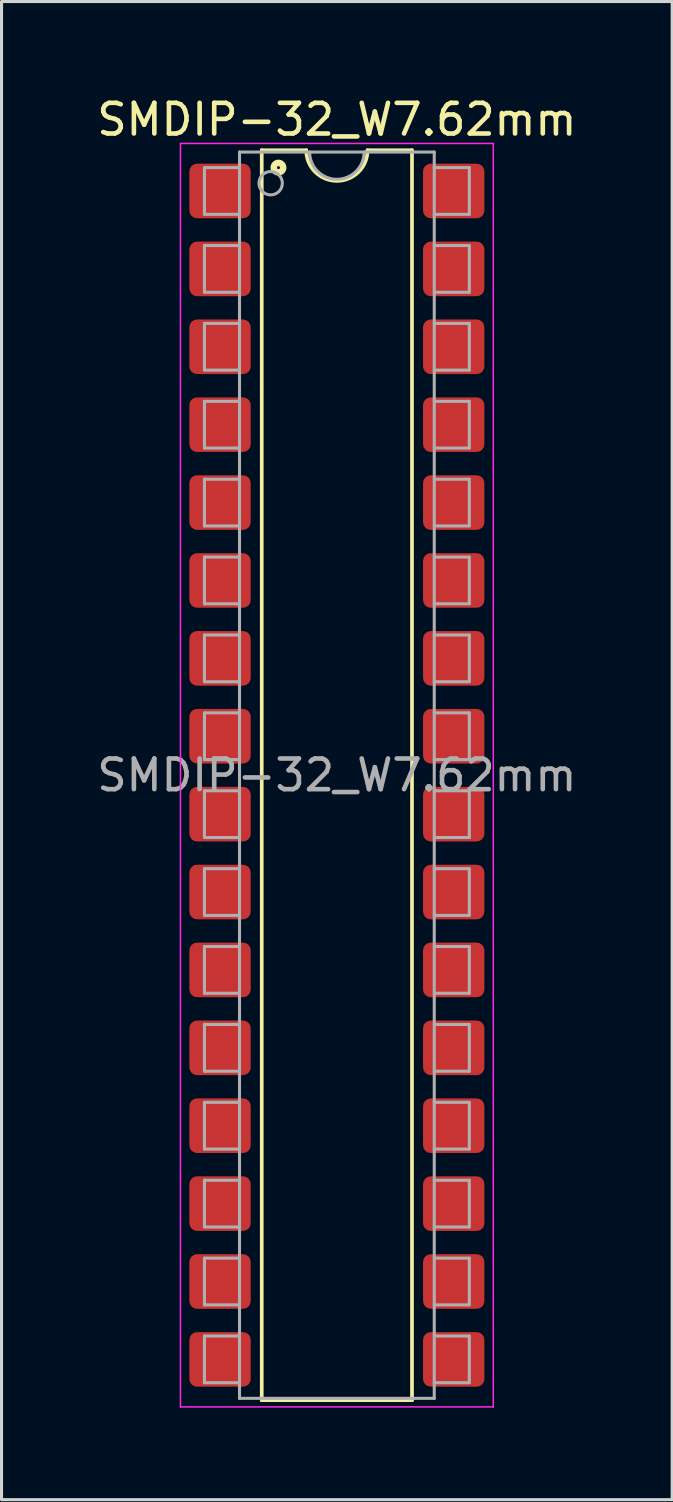
<source format=kicad_pcb>
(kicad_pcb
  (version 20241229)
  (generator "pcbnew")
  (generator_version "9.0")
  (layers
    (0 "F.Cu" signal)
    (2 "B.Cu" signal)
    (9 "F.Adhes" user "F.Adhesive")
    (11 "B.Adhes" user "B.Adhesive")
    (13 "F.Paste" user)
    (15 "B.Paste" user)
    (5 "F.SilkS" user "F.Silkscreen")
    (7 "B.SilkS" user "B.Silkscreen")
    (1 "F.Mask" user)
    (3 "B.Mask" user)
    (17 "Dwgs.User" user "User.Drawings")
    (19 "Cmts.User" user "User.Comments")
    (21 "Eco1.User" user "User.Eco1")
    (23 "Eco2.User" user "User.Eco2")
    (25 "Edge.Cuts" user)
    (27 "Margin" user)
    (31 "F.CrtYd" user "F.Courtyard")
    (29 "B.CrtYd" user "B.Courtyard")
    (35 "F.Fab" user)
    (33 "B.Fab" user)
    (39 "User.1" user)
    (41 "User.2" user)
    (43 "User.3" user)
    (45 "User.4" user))
  (footprint "SMDIP-32_W7.62mm"
    (layer "F.Cu")
    (at 7.935 22.228)
    (property "Reference" "SMDIP-32_W7.62mm" (at 0 -21.38 0) (layer "F.SilkS") (effects (font (size 1 1) (thickness 0.15))))
    (attr smd)
    (fp_line (start -2.45 -20.38) (end -2.45 20.38) (stroke (width 0.12) (type solid)) (layer "F.SilkS"))
    (fp_line (start -2.45 20.38) (end 2.45 20.38) (stroke (width 0.12) (type solid)) (layer "F.SilkS"))
    (fp_line (start -1 -20.38) (end -2.45 -20.38) (stroke (width 0.12) (type solid)) (layer "F.SilkS"))
    (fp_line (start 2.45 -20.38) (end 1 -20.38) (stroke (width 0.12) (type solid)) (layer "F.SilkS"))
    (fp_line (start 2.45 20.38) (end 2.45 -20.38) (stroke (width 0.12) (type solid)) (layer "F.SilkS"))
    (fp_arc (start 1 -20.38) (mid 0 -19.38) (end -1 -20.38) (stroke (width 0.12) (type solid)) (layer "F.SilkS"))
    (fp_circle (center -1.905 -19.812) (end -1.855 -19.812) (stroke (width 0.12) (type solid)) (fill no) (layer "F.SilkS"))
    (fp_circle (center -1.905 -19.812) (end -1.78 -19.812) (stroke (width 0.12) (type solid)) (fill no) (layer "F.SilkS"))
    (fp_circle (center -1.905 -19.812) (end -1.705 -19.812) (stroke (width 0.12) (type solid)) (fill no) (layer "F.SilkS"))
    (fp_line (start -5.1 -20.6) (end -5.1 20.6) (stroke (width 0.05) (type solid)) (layer "F.CrtYd"))
    (fp_line (start -5.1 20.6) (end 5.1 20.6) (stroke (width 0.05) (type solid)) (layer "F.CrtYd"))
    (fp_line (start 5.1 -20.6) (end -5.1 -20.6) (stroke (width 0.05) (type solid)) (layer "F.CrtYd"))
    (fp_line (start 5.1 20.6) (end 5.1 -20.6) (stroke (width 0.05) (type solid)) (layer "F.CrtYd"))
    (fp_line (start -4.318 -19.812) (end -4.318 -18.288) (stroke (width 0.1) (type solid)) (layer "F.Fab"))
    (fp_line (start -4.318 -19.812) (end -3.175 -19.812) (stroke (width 0.1) (type solid)) (layer "F.Fab"))
    (fp_line (start -4.318 -18.288) (end -3.175 -18.288) (stroke (width 0.1) (type solid)) (layer "F.Fab"))
    (fp_line (start -4.318 -17.272) (end -4.318 -15.748) (stroke (width 0.1) (type solid)) (layer "F.Fab"))
    (fp_line (start -4.318 -17.272) (end -3.175 -17.272) (stroke (width 0.1) (type solid)) (layer "F.Fab"))
    (fp_line (start -4.318 -15.748) (end -3.175 -15.748) (stroke (width 0.1) (type solid)) (layer "F.Fab"))
    (fp_line (start -4.318 -14.732) (end -4.318 -13.208) (stroke (width 0.1) (type solid)) (layer "F.Fab"))
    (fp_line (start -4.318 -14.732) (end -3.175 -14.732) (stroke (width 0.1) (type solid)) (layer "F.Fab"))
    (fp_line (start -4.318 -13.208) (end -3.175 -13.208) (stroke (width 0.1) (type solid)) (layer "F.Fab"))
    (fp_line (start -4.318 -12.192) (end -4.318 -10.668) (stroke (width 0.1) (type solid)) (layer "F.Fab"))
    (fp_line (start -4.318 -12.192) (end -3.175 -12.192) (stroke (width 0.1) (type solid)) (layer "F.Fab"))
    (fp_line (start -4.318 -10.668) (end -3.175 -10.668) (stroke (width 0.1) (type solid)) (layer "F.Fab"))
    (fp_line (start -4.318 -9.652) (end -4.318 -8.128) (stroke (width 0.1) (type solid)) (layer "F.Fab"))
    (fp_line (start -4.318 -9.652) (end -3.175 -9.652) (stroke (width 0.1) (type solid)) (layer "F.Fab"))
    (fp_line (start -4.318 -8.128) (end -3.175 -8.128) (stroke (width 0.1) (type solid)) (layer "F.Fab"))
    (fp_line (start -4.318 -7.112) (end -4.318 -5.588) (stroke (width 0.1) (type solid)) (layer "F.Fab"))
    (fp_line (start -4.318 -7.112) (end -3.175 -7.112) (stroke (width 0.1) (type solid)) (layer "F.Fab"))
    (fp_line (start -4.318 -5.588) (end -3.175 -5.588) (stroke (width 0.1) (type solid)) (layer "F.Fab"))
    (fp_line (start -4.318 -4.572) (end -4.318 -3.048) (stroke (width 0.1) (type solid)) (layer "F.Fab"))
    (fp_line (start -4.318 -4.572) (end -3.175 -4.572) (stroke (width 0.1) (type solid)) (layer "F.Fab"))
    (fp_line (start -4.318 -3.048) (end -3.175 -3.048) (stroke (width 0.1) (type solid)) (layer "F.Fab"))
    (fp_line (start -4.318 -2.032) (end -4.318 -0.508) (stroke (width 0.1) (type solid)) (layer "F.Fab"))
    (fp_line (start -4.318 -2.032) (end -3.175 -2.032) (stroke (width 0.1) (type solid)) (layer "F.Fab"))
    (fp_line (start -4.318 -0.508) (end -3.175 -0.508) (stroke (width 0.1) (type solid)) (layer "F.Fab"))
    (fp_line (start -4.318 0.508) (end -4.318 2.032) (stroke (width 0.1) (type solid)) (layer "F.Fab"))
    (fp_line (start -4.318 0.508) (end -3.175 0.508) (stroke (width 0.1) (type solid)) (layer "F.Fab"))
    (fp_line (start -4.318 2.032) (end -3.175 2.032) (stroke (width 0.1) (type solid)) (layer "F.Fab"))
    (fp_line (start -4.318 3.048) (end -4.318 4.572) (stroke (width 0.1) (type solid)) (layer "F.Fab"))
    (fp_line (start -4.318 3.048) (end -3.175 3.048) (stroke (width 0.1) (type solid)) (layer "F.Fab"))
    (fp_line (start -4.318 4.572) (end -3.175 4.572) (stroke (width 0.1) (type solid)) (layer "F.Fab"))
    (fp_line (start -4.318 5.588) (end -4.318 7.112) (stroke (width 0.1) (type solid)) (layer "F.Fab"))
    (fp_line (start -4.318 5.588) (end -3.175 5.588) (stroke (width 0.1) (type solid)) (layer "F.Fab"))
    (fp_line (start -4.318 7.112) (end -3.175 7.112) (stroke (width 0.1) (type solid)) (layer "F.Fab"))
    (fp_line (start -4.318 8.128) (end -4.318 9.652) (stroke (width 0.1) (type solid)) (layer "F.Fab"))
    (fp_line (start -4.318 8.128) (end -3.175 8.128) (stroke (width 0.1) (type solid)) (layer "F.Fab"))
    (fp_line (start -4.318 9.652) (end -3.175 9.652) (stroke (width 0.1) (type solid)) (layer "F.Fab"))
    (fp_line (start -4.318 10.668) (end -4.318 12.192) (stroke (width 0.1) (type solid)) (layer "F.Fab"))
    (fp_line (start -4.318 10.668) (end -3.175 10.668) (stroke (width 0.1) (type solid)) (layer "F.Fab"))
    (fp_line (start -4.318 12.192) (end -3.175 12.192) (stroke (width 0.1) (type solid)) (layer "F.Fab"))
    (fp_line (start -4.318 13.208) (end -4.318 14.732) (stroke (width 0.1) (type solid)) (layer "F.Fab"))
    (fp_line (start -4.318 13.208) (end -3.175 13.208) (stroke (width 0.1) (type solid)) (layer "F.Fab"))
    (fp_line (start -4.318 14.732) (end -3.175 14.732) (stroke (width 0.1) (type solid)) (layer "F.Fab"))
    (fp_line (start -4.318 15.748) (end -4.318 17.272) (stroke (width 0.1) (type solid)) (layer "F.Fab"))
    (fp_line (start -4.318 15.748) (end -3.175 15.748) (stroke (width 0.1) (type solid)) (layer "F.Fab"))
    (fp_line (start -4.318 17.272) (end -3.175 17.272) (stroke (width 0.1) (type solid)) (layer "F.Fab"))
    (fp_line (start -4.318 18.288) (end -4.318 19.812) (stroke (width 0.1) (type solid)) (layer "F.Fab"))
    (fp_line (start -4.318 18.288) (end -3.175 18.288) (stroke (width 0.1) (type solid)) (layer "F.Fab"))
    (fp_line (start -4.318 19.812) (end -3.175 19.812) (stroke (width 0.1) (type solid)) (layer "F.Fab"))
    (fp_line (start -3.175 -20.32) (end 3.175 -20.32) (stroke (width 0.1) (type solid)) (layer "F.Fab"))
    (fp_line (start -3.175 20.32) (end -3.175 -20.32) (stroke (width 0.1) (type solid)) (layer "F.Fab"))
    (fp_line (start 3.175 -20.32) (end 3.175 20.32) (stroke (width 0.1) (type solid)) (layer "F.Fab"))
    (fp_line (start 3.175 20.32) (end -3.175 20.32) (stroke (width 0.1) (type solid)) (layer "F.Fab"))
    (fp_line (start 4.318 -19.812) (end 3.175 -19.812) (stroke (width 0.1) (type solid)) (layer "F.Fab"))
    (fp_line (start 4.318 -18.288) (end 3.175 -18.288) (stroke (width 0.1) (type solid)) (layer "F.Fab"))
    (fp_line (start 4.318 -18.288) (end 4.318 -19.812) (stroke (width 0.1) (type solid)) (layer "F.Fab"))
    (fp_line (start 4.318 -17.272) (end 3.175 -17.272) (stroke (width 0.1) (type solid)) (layer "F.Fab"))
    (fp_line (start 4.318 -15.748) (end 3.175 -15.748) (stroke (width 0.1) (type solid)) (layer "F.Fab"))
    (fp_line (start 4.318 -15.748) (end 4.318 -17.272) (stroke (width 0.1) (type solid)) (layer "F.Fab"))
    (fp_line (start 4.318 -14.732) (end 3.175 -14.732) (stroke (width 0.1) (type solid)) (layer "F.Fab"))
    (fp_line (start 4.318 -13.208) (end 3.175 -13.208) (stroke (width 0.1) (type solid)) (layer "F.Fab"))
    (fp_line (start 4.318 -13.208) (end 4.318 -14.732) (stroke (width 0.1) (type solid)) (layer "F.Fab"))
    (fp_line (start 4.318 -12.192) (end 3.175 -12.192) (stroke (width 0.1) (type solid)) (layer "F.Fab"))
    (fp_line (start 4.318 -10.668) (end 3.175 -10.668) (stroke (width 0.1) (type solid)) (layer "F.Fab"))
    (fp_line (start 4.318 -10.668) (end 4.318 -12.192) (stroke (width 0.1) (type solid)) (layer "F.Fab"))
    (fp_line (start 4.318 -9.652) (end 3.175 -9.652) (stroke (width 0.1) (type solid)) (layer "F.Fab"))
    (fp_line (start 4.318 -8.128) (end 3.175 -8.128) (stroke (width 0.1) (type solid)) (layer "F.Fab"))
    (fp_line (start 4.318 -8.128) (end 4.318 -9.652) (stroke (width 0.1) (type solid)) (layer "F.Fab"))
    (fp_line (start 4.318 -7.112) (end 3.175 -7.112) (stroke (width 0.1) (type solid)) (layer "F.Fab"))
    (fp_line (start 4.318 -5.588) (end 3.175 -5.588) (stroke (width 0.1) (type solid)) (layer "F.Fab"))
    (fp_line (start 4.318 -5.588) (end 4.318 -7.112) (stroke (width 0.1) (type solid)) (layer "F.Fab"))
    (fp_line (start 4.318 -4.572) (end 3.175 -4.572) (stroke (width 0.1) (type solid)) (layer "F.Fab"))
    (fp_line (start 4.318 -3.048) (end 3.175 -3.048) (stroke (width 0.1) (type solid)) (layer "F.Fab"))
    (fp_line (start 4.318 -3.048) (end 4.318 -4.572) (stroke (width 0.1) (type solid)) (layer "F.Fab"))
    (fp_line (start 4.318 -2.032) (end 3.175 -2.032) (stroke (width 0.1) (type solid)) (layer "F.Fab"))
    (fp_line (start 4.318 -0.508) (end 3.175 -0.508) (stroke (width 0.1) (type solid)) (layer "F.Fab"))
    (fp_line (start 4.318 -0.508) (end 4.318 -2.032) (stroke (width 0.1) (type solid)) (layer "F.Fab"))
    (fp_line (start 4.318 0.508) (end 3.175 0.508) (stroke (width 0.1) (type solid)) (layer "F.Fab"))
    (fp_line (start 4.318 2.032) (end 3.175 2.032) (stroke (width 0.1) (type solid)) (layer "F.Fab"))
    (fp_line (start 4.318 2.032) (end 4.318 0.508) (stroke (width 0.1) (type solid)) (layer "F.Fab"))
    (fp_line (start 4.318 3.048) (end 3.175 3.048) (stroke (width 0.1) (type solid)) (layer "F.Fab"))
    (fp_line (start 4.318 4.572) (end 3.175 4.572) (stroke (width 0.1) (type solid)) (layer "F.Fab"))
    (fp_line (start 4.318 4.572) (end 4.318 3.048) (stroke (width 0.1) (type solid)) (layer "F.Fab"))
    (fp_line (start 4.318 5.588) (end 3.175 5.588) (stroke (width 0.1) (type solid)) (layer "F.Fab"))
    (fp_line (start 4.318 7.112) (end 3.175 7.112) (stroke (width 0.1) (type solid)) (layer "F.Fab"))
    (fp_line (start 4.318 7.112) (end 4.318 5.588) (stroke (width 0.1) (type solid)) (layer "F.Fab"))
    (fp_line (start 4.318 8.128) (end 3.175 8.128) (stroke (width 0.1) (type solid)) (layer "F.Fab"))
    (fp_line (start 4.318 9.652) (end 3.175 9.652) (stroke (width 0.1) (type solid)) (layer "F.Fab"))
    (fp_line (start 4.318 9.652) (end 4.318 8.128) (stroke (width 0.1) (type solid)) (layer "F.Fab"))
    (fp_line (start 4.318 10.668) (end 3.175 10.668) (stroke (width 0.1) (type solid)) (layer "F.Fab"))
    (fp_line (start 4.318 12.192) (end 3.175 12.192) (stroke (width 0.1) (type solid)) (layer "F.Fab"))
    (fp_line (start 4.318 12.192) (end 4.318 10.668) (stroke (width 0.1) (type solid)) (layer "F.Fab"))
    (fp_line (start 4.318 13.208) (end 3.175 13.208) (stroke (width 0.1) (type solid)) (layer "F.Fab"))
    (fp_line (start 4.318 14.732) (end 3.175 14.732) (stroke (width 0.1) (type solid)) (layer "F.Fab"))
    (fp_line (start 4.318 14.732) (end 4.318 13.208) (stroke (width 0.1) (type solid)) (layer "F.Fab"))
    (fp_line (start 4.318 15.748) (end 3.175 15.748) (stroke (width 0.1) (type solid)) (layer "F.Fab"))
    (fp_line (start 4.318 17.272) (end 3.175 17.272) (stroke (width 0.1) (type solid)) (layer "F.Fab"))
    (fp_line (start 4.318 17.272) (end 4.318 15.748) (stroke (width 0.1) (type solid)) (layer "F.Fab"))
    (fp_line (start 4.318 18.288) (end 3.175 18.288) (stroke (width 0.1) (type solid)) (layer "F.Fab"))
    (fp_line (start 4.318 19.812) (end 3.175 19.812) (stroke (width 0.1) (type solid)) (layer "F.Fab"))
    (fp_line (start 4.318 19.812) (end 4.318 18.288) (stroke (width 0.1) (type solid)) (layer "F.Fab"))
    (fp_arc (start 0.889 -20.32) (mid 0 -19.431) (end -0.889 -20.32) (stroke (width 0.1) (type solid)) (layer "F.Fab"))
    (fp_circle (center -2.159 -19.304) (end -1.778 -19.304) (stroke (width 0.1) (type solid)) (fill no) (layer "F.Fab"))
    (fp_text user "${REFERENCE}" (at 0 0 0) (layer "F.Fab") (effects (font (size 1 1) (thickness 0.15))))
    (pad "1" smd roundrect (at -3.81 -19.05) (size 2 1.78) (layers "F.Cu" "F.Mask" "F.Paste") (roundrect_rratio 0.14))
    (pad "2" smd roundrect (at -3.81 -16.51) (size 2 1.78) (layers "F.Cu" "F.Mask" "F.Paste") (roundrect_rratio 0.14))
    (pad "3" smd roundrect (at -3.81 -13.97) (size 2 1.78) (layers "F.Cu" "F.Mask" "F.Paste") (roundrect_rratio 0.14))
    (pad "4" smd roundrect (at -3.81 -11.43) (size 2 1.78) (layers "F.Cu" "F.Mask" "F.Paste") (roundrect_rratio 0.14))
    (pad "5" smd roundrect (at -3.81 -8.89) (size 2 1.78) (layers "F.Cu" "F.Mask" "F.Paste") (roundrect_rratio 0.14))
    (pad "6" smd roundrect (at -3.81 -6.35) (size 2 1.78) (layers "F.Cu" "F.Mask" "F.Paste") (roundrect_rratio 0.14))
    (pad "7" smd roundrect (at -3.81 -3.81) (size 2 1.78) (layers "F.Cu" "F.Mask" "F.Paste") (roundrect_rratio 0.14))
    (pad "8" smd roundrect (at -3.81 -1.27) (size 2 1.78) (layers "F.Cu" "F.Mask" "F.Paste") (roundrect_rratio 0.14))
    (pad "9" smd roundrect (at -3.81 1.27) (size 2 1.78) (layers "F.Cu" "F.Mask" "F.Paste") (roundrect_rratio 0.14))
    (pad "10" smd roundrect (at -3.81 3.81) (size 2 1.78) (layers "F.Cu" "F.Mask" "F.Paste") (roundrect_rratio 0.14))
    (pad "11" smd roundrect (at -3.81 6.35) (size 2 1.78) (layers "F.Cu" "F.Mask" "F.Paste") (roundrect_rratio 0.14))
    (pad "12" smd roundrect (at -3.81 8.89) (size 2 1.78) (layers "F.Cu" "F.Mask" "F.Paste") (roundrect_rratio 0.14))
    (pad "13" smd roundrect (at -3.81 11.43) (size 2 1.78) (layers "F.Cu" "F.Mask" "F.Paste") (roundrect_rratio 0.14))
    (pad "14" smd roundrect (at -3.81 13.97) (size 2 1.78) (layers "F.Cu" "F.Mask" "F.Paste") (roundrect_rratio 0.14))
    (pad "15" smd roundrect (at -3.81 16.51) (size 2 1.78) (layers "F.Cu" "F.Mask" "F.Paste") (roundrect_rratio 0.14))
    (pad "16" smd roundrect (at -3.81 19.05) (size 2 1.78) (layers "F.Cu" "F.Mask" "F.Paste") (roundrect_rratio 0.14))
    (pad "17" smd roundrect (at 3.81 19.05) (size 2 1.78) (layers "F.Cu" "F.Mask" "F.Paste") (roundrect_rratio 0.14))
    (pad "18" smd roundrect (at 3.81 16.51) (size 2 1.78) (layers "F.Cu" "F.Mask" "F.Paste") (roundrect_rratio 0.14))
    (pad "19" smd roundrect (at 3.81 13.97) (size 2 1.78) (layers "F.Cu" "F.Mask" "F.Paste") (roundrect_rratio 0.14))
    (pad "20" smd roundrect (at 3.81 11.43) (size 2 1.78) (layers "F.Cu" "F.Mask" "F.Paste") (roundrect_rratio 0.14))
    (pad "21" smd roundrect (at 3.81 8.89) (size 2 1.78) (layers "F.Cu" "F.Mask" "F.Paste") (roundrect_rratio 0.14))
    (pad "22" smd roundrect (at 3.81 6.35) (size 2 1.78) (layers "F.Cu" "F.Mask" "F.Paste") (roundrect_rratio 0.14))
    (pad "23" smd roundrect (at 3.81 3.81) (size 2 1.78) (layers "F.Cu" "F.Mask" "F.Paste") (roundrect_rratio 0.14))
    (pad "24" smd roundrect (at 3.81 1.27) (size 2 1.78) (layers "F.Cu" "F.Mask" "F.Paste") (roundrect_rratio 0.14))
    (pad "25" smd roundrect (at 3.81 -1.27) (size 2 1.78) (layers "F.Cu" "F.Mask" "F.Paste") (roundrect_rratio 0.14))
    (pad "26" smd roundrect (at 3.81 -3.81) (size 2 1.78) (layers "F.Cu" "F.Mask" "F.Paste") (roundrect_rratio 0.14))
    (pad "27" smd roundrect (at 3.81 -6.35) (size 2 1.78) (layers "F.Cu" "F.Mask" "F.Paste") (roundrect_rratio 0.14))
    (pad "28" smd roundrect (at 3.81 -8.89) (size 2 1.78) (layers "F.Cu" "F.Mask" "F.Paste") (roundrect_rratio 0.14))
    (pad "29" smd roundrect (at 3.81 -11.43) (size 2 1.78) (layers "F.Cu" "F.Mask" "F.Paste") (roundrect_rratio 0.14))
    (pad "30" smd roundrect (at 3.81 -13.97) (size 2 1.78) (layers "F.Cu" "F.Mask" "F.Paste") (roundrect_rratio 0.14))
    (pad "31" smd roundrect (at 3.81 -16.51) (size 2 1.78) (layers "F.Cu" "F.Mask" "F.Paste") (roundrect_rratio 0.14))
    (pad "32" smd roundrect (at 3.81 -19.05) (size 2 1.78) (layers "F.Cu" "F.Mask" "F.Paste") (roundrect_rratio 0.14)))
  (gr_rect
    (start -3 -3)
    (end 18.869 45.853)
    (stroke (width 0.1) (type default))
    (fill no)
    (layer "Edge.Cuts")))
</source>
